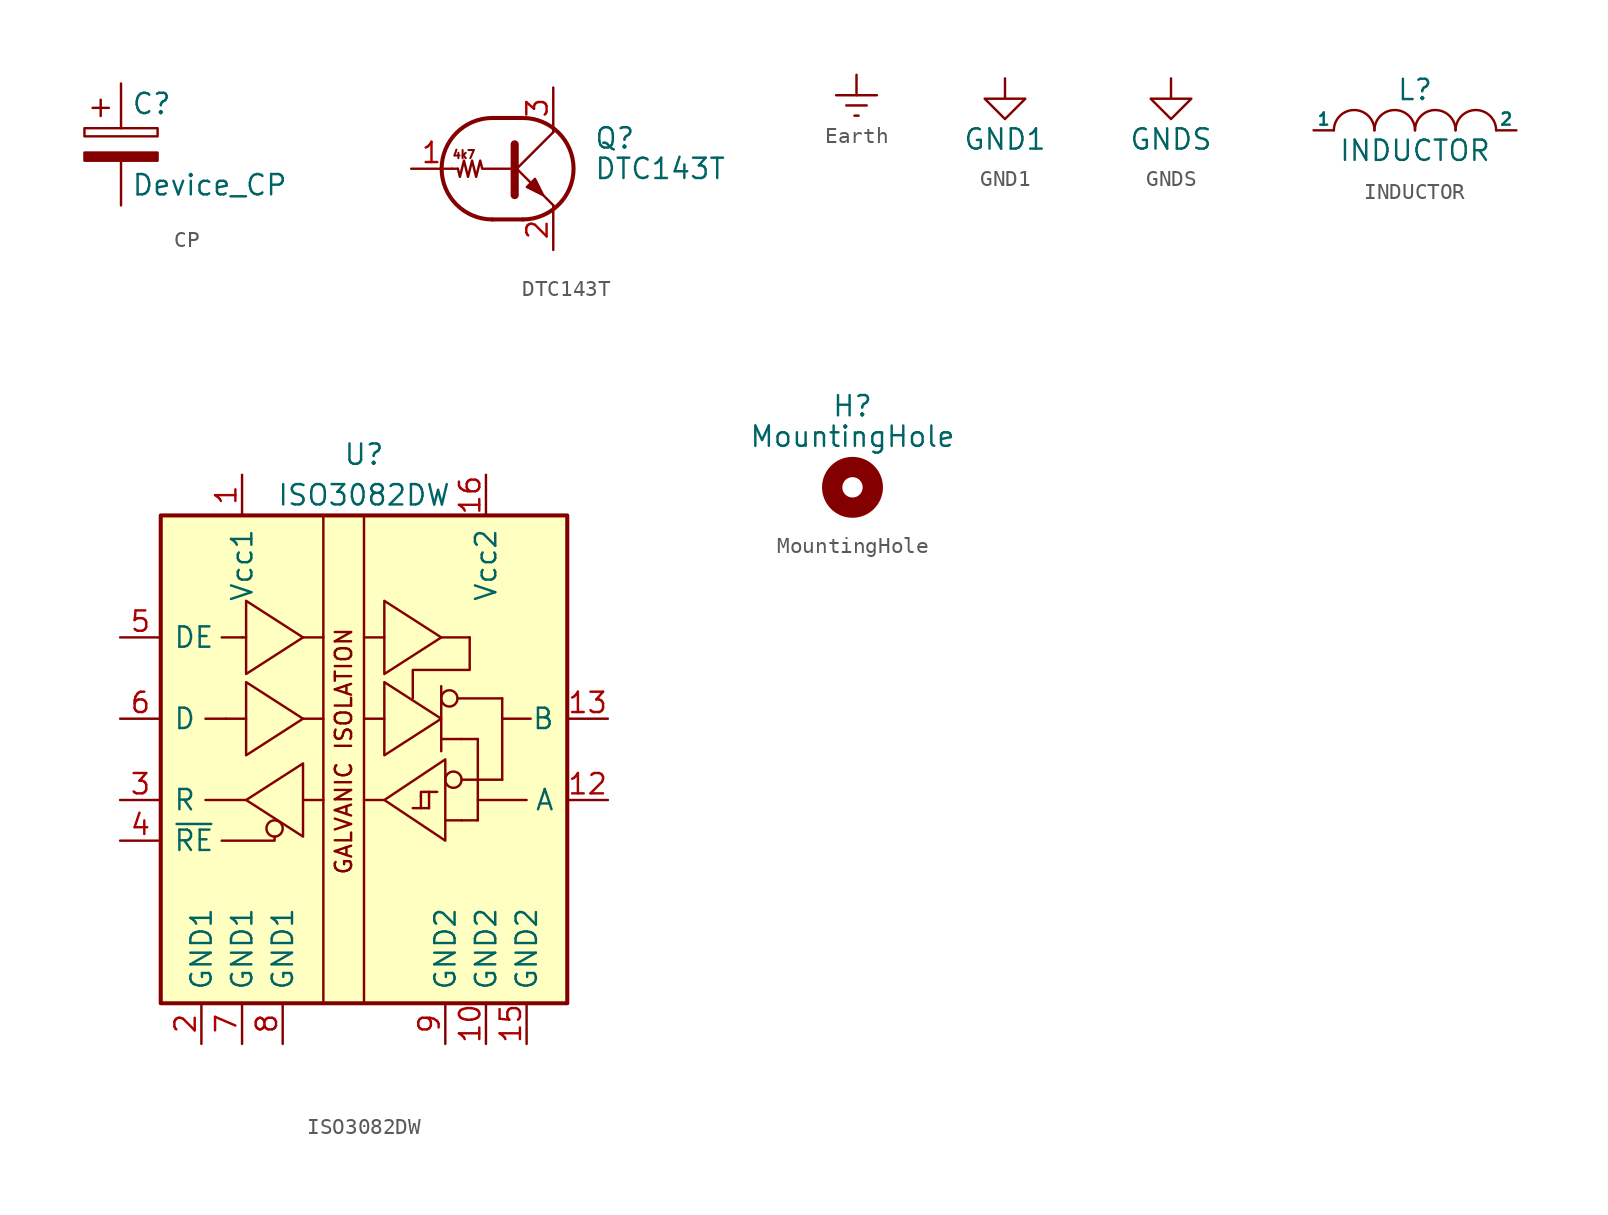
<source format=kicad_sym>
(kicad_symbol_lib
  (version 20231120)
  (generator "kicad_symbol_editor")
  (generator_version "8.0")
  (symbol "CP"
    (pin_numbers hide)
    (pin_names
      (offset 0.254))
    (property "Reference" "C"
      (at 0.635 2.54 0)
      (effects (font (size 1.27 1.27)) (justify left)))
    (property "Value" "Device_CP"
      (at 0.635 -2.54 0)
      (effects (font (size 1.27 1.27)) (justify left)))
    (symbol "CP_0_1"
      (rectangle (start -2.286 0.508) (end 2.286 1.016) (stroke (width 0) (type default)) (fill (type none)))
      (polyline (pts (xy -1.778 2.286) (xy -0.762 2.286)) (stroke (width 0) (type default)) (fill (type none)))
      (polyline (pts (xy -1.27 2.794) (xy -1.27 1.778)) (stroke (width 0) (type default)) (fill (type none)))
      (rectangle (start 2.286 -0.508) (end -2.286 -1.016) (stroke (width 0) (type default)) (fill (type outline))))
    (symbol "CP_1_1"
      (pin passive line (at 0 3.81 270) (length 2.794) (name "~" (effects (font (size 1.27 1.27)))) (number "1" (effects (font (size 1.27 1.27)))))
      (pin passive line (at 0 -3.81 90) (length 2.794) (name "~" (effects (font (size 1.27 1.27)))) (number "2" (effects (font (size 1.27 1.27)))))))
  (symbol "DTC143T"
    (pin_names
      (offset 0) hide)
    (property "Reference" "Q"
      (at 5.08 1.905 0)
      (effects (font (size 1.27 1.27)) (justify left)))
    (property "Value" "DTC143T"
      (at 5.08 0 0)
      (effects (font (size 1.27 1.27)) (justify left)))
    (symbol "DTC143T_0_0"
      (polyline (pts (xy 2.54 -2.286) (xy 2.54 -2.54)) (stroke (width 0) (type default)) (fill (type none)))
      (text "4k7" (at -3.048 0.889 0) (effects (font (size 0.508 0.508)))))
    (symbol "DTC143T_0_1"
      (arc (start -1.27 3.175) (mid -4.4311 0) (end -1.27 -3.175) (stroke (width 0.254) (type default)) (fill (type none)))
      (polyline (pts (xy -3.429 0) (xy -3.81 0)) (stroke (width 0) (type default)) (fill (type none)))
      (polyline (pts (xy -1.27 -3.175) (xy 0.635 -3.175)) (stroke (width 0.254) (type default)) (fill (type none)))
      (polyline (pts (xy -1.27 3.175) (xy 0.635 3.175)) (stroke (width 0.254) (type default)) (fill (type none)))
      (polyline (pts (xy 0 -0.254) (xy 2.54 2.286)) (stroke (width 0) (type default)) (fill (type none)))
      (polyline (pts (xy 0.127 1.524) (xy 0.127 -1.651)) (stroke (width 0.508) (type default)) (fill (type outline)))
      (polyline (pts (xy 2.54 2.286) (xy 2.54 2.54)) (stroke (width 0) (type default)) (fill (type none)))
      (polyline (pts (xy 2.54 -2.286) (xy 0 0.254) (xy 0 0.254)) (stroke (width 0) (type default)) (fill (type none)))
      (polyline (pts (xy 0.889 -1.143) (xy 1.397 -0.635) (xy 1.905 -1.651) (xy 0.889 -1.143)) (stroke (width 0) (type default)) (fill (type outline)))
      (polyline (pts (xy 0 0) (xy -1.905 0) (xy -2.032 0.508) (xy -2.286 -0.508) (xy -2.54 0.508) (xy -2.794 -0.508) (xy -3.048 0.508) (xy -3.302 -0.508) (xy -3.429 0)) (stroke (width 0) (type default)) (fill (type none)))
      (arc (start 0.635 -3.175) (mid 3.7961 0) (end 0.635 3.175) (stroke (width 0.254) (type default)) (fill (type none))))
    (symbol "DTC143T_1_1"
      (pin input line (at -6.35 0 0) (length 2.54) (name "B" (effects (font (size 1.27 1.27)))) (number "1" (effects (font (size 1.27 1.27)))))
      (pin passive line (at 2.54 -5.08 90) (length 2.54) (name "E" (effects (font (size 1.27 1.27)))) (number "2" (effects (font (size 1.27 1.27)))))
      (pin passive line (at 2.54 5.08 270) (length 2.54) (name "C" (effects (font (size 1.27 1.27)))) (number "3" (effects (font (size 1.27 1.27)))))))
  (symbol "Earth"
    (power)
    (pin_names
      (offset 0))
    (property "Reference" "#PWR"
      (at 0 -6.35 0)
      (effects (font (size 1.27 1.27)) (hide yes)))
    (symbol "Earth_0_1"
      (polyline (pts (xy -0.635 -1.905) (xy 0.635 -1.905)) (stroke (width 0) (type default)) (fill (type none)))
      (polyline (pts (xy -0.127 -2.54) (xy 0.127 -2.54)) (stroke (width 0) (type default)) (fill (type none)))
      (polyline (pts (xy 0 -1.27) (xy 0 0)) (stroke (width 0) (type default)) (fill (type none)))
      (polyline (pts (xy 1.27 -1.27) (xy -1.27 -1.27)) (stroke (width 0) (type default)) (fill (type none))))
    (symbol "Earth_1_1"
      (pin power_in line (at 0 0 270) (length 0) hide (name "Earth" (effects (font (size 1.27 1.27)))) (number "1" (effects (font (size 1.27 1.27)))))))
  (symbol "GND1"
    (power)
    (pin_names
      (offset 0))
    (property "Reference" "#PWR"
      (at 0 -6.35 0)
      (effects (font (size 1.27 1.27)) (hide yes)))
    (property "Value" "GND1"
      (at 0 -3.81 0)
      (effects (font (size 1.27 1.27))))
    (symbol "GND1_0_1"
      (polyline (pts (xy 0 0) (xy 0 -1.27) (xy 1.27 -1.27) (xy 0 -2.54) (xy -1.27 -1.27) (xy 0 -1.27)) (stroke (width 0) (type default)) (fill (type none))))
    (symbol "GND1_1_1"
      (pin power_in line (at 0 0 270) (length 0) hide (name "GND1" (effects (font (size 1.27 1.27)))) (number "1" (effects (font (size 1.27 1.27)))))))
  (symbol "GNDS"
    (power)
    (pin_names
      (offset 0))
    (property "Reference" "#PWR"
      (at 0 -6.35 0)
      (effects (font (size 1.27 1.27)) (hide yes)))
    (property "Value" "GNDS"
      (at 0 -3.81 0)
      (effects (font (size 1.27 1.27))))
    (symbol "GNDS_0_1"
      (polyline (pts (xy 0 0) (xy 0 -1.27) (xy 1.27 -1.27) (xy 0 -2.54) (xy -1.27 -1.27) (xy 0 -1.27)) (stroke (width 0) (type default)) (fill (type none))))
    (symbol "GNDS_1_1"
      (pin power_in line (at 0 0 270) (length 0) hide (name "GNDS" (effects (font (size 1.27 1.27)))) (number "1" (effects (font (size 1.27 1.27)))))))
  (symbol "INDUCTOR"
    (pin_numbers hide)
    (pin_names
      (offset 0))
    (property "Reference" "L"
      (at 0 2.54 0)
      (effects (font (size 1.27 1.27))))
    (property "Value" "INDUCTOR"
      (at 0 -1.27 0)
      (effects (font (size 1.27 1.27))))
    (symbol "INDUCTOR_0_1"
      (arc (start -2.54 0) (mid -3.81 1.2645) (end -5.08 0) (stroke (width 0) (type default)) (fill (type none)))
      (arc (start 0 0) (mid -1.27 1.2645) (end -2.54 0) (stroke (width 0) (type default)) (fill (type none)))
      (arc (start 2.54 0) (mid 1.27 1.2645) (end 0 0) (stroke (width 0) (type default)) (fill (type none)))
      (arc (start 5.08 0) (mid 3.81 1.2645) (end 2.54 0) (stroke (width 0) (type default)) (fill (type none))))
    (symbol "INDUCTOR_1_1"
      (pin input line (at -6.35 0 0) (length 1.27) (name "1" (effects (font (size 0.762 0.762)))) (number "1" (effects (font (size 0.762 0.762)))))
      (pin input line (at 6.35 0 180) (length 1.27) (name "2" (effects (font (size 0.762 0.762)))) (number "2" (effects (font (size 0.762 0.762)))))))
  (symbol "ISO3082DW"
    (pin_names
      (offset 0.762))
    (property "Reference" "U"
      (at 0 19.05 0)
      (effects (font (size 1.27 1.27))))
    (property "Value" "ISO3082DW"
      (at 0 16.51 0)
      (effects (font (size 1.27 1.27))))
    (symbol "ISO3082DW_0_0"
      (rectangle (start -12.7 15.24) (end 12.7 -15.24) (stroke (width 0.254) (type default)) (fill (type background)))
      (polyline (pts (xy -8.636 2.54) (xy -9.906 2.54)) (stroke (width 0) (type default)) (fill (type none)))
      (polyline (pts (xy -7.62 7.62) (xy -8.89 7.62)) (stroke (width 0) (type default)) (fill (type none)))
      (polyline (pts (xy -7.366 7.62) (xy -7.62 7.62)) (stroke (width 0) (type default)) (fill (type none)))
      (polyline (pts (xy -2.54 15.24) (xy -2.54 -15.24)) (stroke (width 0) (type default)) (fill (type none)))
      (polyline (pts (xy 0 15.24) (xy 0 -15.24)) (stroke (width 0) (type default)) (fill (type none)))
      (polyline (pts (xy -7.366 4.826) (xy -7.366 0.254) (xy -3.81 2.54) (xy -7.366 4.826)) (stroke (width 0) (type default)) (fill (type none)))
      (polyline (pts (xy -7.366 9.906) (xy -7.366 5.334) (xy -3.81 7.62) (xy -7.366 9.906)) (stroke (width 0) (type default)) (fill (type none)))
      (polyline (pts (xy -3.81 -0.254) (xy -3.81 -4.826) (xy -7.366 -2.54) (xy -3.81 -0.254)) (stroke (width 0) (type default)) (fill (type none)))
      (polyline (pts (xy 1.27 9.906) (xy 1.27 5.334) (xy 4.826 7.62) (xy 1.27 9.906)) (stroke (width 0) (type default)) (fill (type none)))
      (text "GALVANIC ISOLATION" (at -1.27 0.508 900) (effects (font (size 1.016 1.016)))))
    (symbol "ISO3082DW_0_1"
      (circle (center -5.588 -4.318) (radius 0.508) (stroke (width 0) (type default)) (fill (type none)))
      (polyline (pts (xy -7.366 -2.54) (xy -9.906 -2.54)) (stroke (width 0) (type default)) (fill (type none)))
      (polyline (pts (xy -7.366 2.54) (xy -8.636 2.54)) (stroke (width 0) (type default)) (fill (type none)))
      (polyline (pts (xy -3.81 -2.54) (xy -2.54 -2.54)) (stroke (width 0) (type default)) (fill (type none)))
      (polyline (pts (xy -3.81 2.54) (xy -2.54 2.54)) (stroke (width 0) (type default)) (fill (type none)))
      (polyline (pts (xy -3.81 7.62) (xy -2.54 7.62)) (stroke (width 0) (type default)) (fill (type none)))
      (polyline (pts (xy 0 -2.54) (xy 1.27 -2.54)) (stroke (width 0) (type default)) (fill (type none)))
      (polyline (pts (xy 0 2.54) (xy 1.27 2.54)) (stroke (width 0) (type default)) (fill (type none)))
      (polyline (pts (xy 0 7.62) (xy 1.27 7.62)) (stroke (width 0) (type default)) (fill (type none)))
      (polyline (pts (xy 3.556 -2.286) (xy 3.556 -3.048)) (stroke (width 0) (type default)) (fill (type none)))
      (polyline (pts (xy 4.064 -3.048) (xy 3.048 -3.048)) (stroke (width 0) (type default)) (fill (type none)))
      (polyline (pts (xy 4.064 -2.286) (xy 4.064 -3.048)) (stroke (width 0) (type default)) (fill (type none)))
      (polyline (pts (xy 4.064 -2.286) (xy 4.064 -2.032)) (stroke (width 0) (type default)) (fill (type none)))
      (polyline (pts (xy 4.826 1.27) (xy 6.096 1.27)) (stroke (width 0) (type default)) (fill (type none)))
      (polyline (pts (xy 4.826 4.572) (xy 4.826 0.508)) (stroke (width 0) (type default)) (fill (type none)))
      (polyline (pts (xy 4.826 7.62) (xy 6.604 7.62)) (stroke (width 0) (type default)) (fill (type none)))
      (polyline (pts (xy 5.08 -3.81) (xy 6.096 -3.81)) (stroke (width 0) (type default)) (fill (type none)))
      (polyline (pts (xy 5.842 3.81) (xy 8.636 3.81)) (stroke (width 0) (type default)) (fill (type none)))
      (polyline (pts (xy 6.096 -1.27) (xy 8.636 -1.27)) (stroke (width 0) (type default)) (fill (type none)))
      (polyline (pts (xy 6.096 1.27) (xy 7.112 1.27)) (stroke (width 0) (type default)) (fill (type none)))
      (polyline (pts (xy 7.112 -3.81) (xy 6.096 -3.81)) (stroke (width 0) (type default)) (fill (type none)))
      (polyline (pts (xy 7.112 1.27) (xy 7.112 -3.81)) (stroke (width 0) (type default)) (fill (type none)))
      (polyline (pts (xy 8.636 -1.27) (xy 8.636 3.81)) (stroke (width 0) (type default)) (fill (type none)))
      (polyline (pts (xy 8.636 2.54) (xy 10.414 2.54)) (stroke (width 0) (type default)) (fill (type none)))
      (polyline (pts (xy -8.89 -5.08) (xy -5.588 -5.08) (xy -5.588 -4.826)) (stroke (width 0) (type default)) (fill (type none)))
      (polyline (pts (xy 3.556 -2.286) (xy 3.556 -2.032) (xy 4.572 -2.032)) (stroke (width 0) (type default)) (fill (type none)))
      (polyline (pts (xy 10.16 -2.54) (xy 8.89 -2.54) (xy 7.112 -2.54)) (stroke (width 0) (type default)) (fill (type none)))
      (polyline (pts (xy 1.27 -2.54) (xy 5.08 0) (xy 5.08 -5.08) (xy 1.27 -2.54)) (stroke (width 0) (type default)) (fill (type none)))
      (polyline (pts (xy 6.604 7.62) (xy 6.604 5.588) (xy 3.048 5.588) (xy 3.048 3.81)) (stroke (width 0) (type default)) (fill (type none)))
      (circle (center 5.334 3.81) (radius 0.508) (stroke (width 0) (type default)) (fill (type none)))
      (circle (center 5.588 -1.27) (radius 0.508) (stroke (width 0) (type default)) (fill (type none))))
    (symbol "ISO3082DW_1_0"
      (polyline (pts (xy 1.27 4.826) (xy 1.27 0.254) (xy 4.826 2.54) (xy 1.27 4.826)) (stroke (width 0) (type default)) (fill (type none))))
    (symbol "ISO3082DW_1_1"
      (pin power_in line (at -7.62 17.78 270) (length 2.54) (name "Vcc1" (effects (font (size 1.27 1.27)))) (number "1" (effects (font (size 1.27 1.27)))))
      (pin power_in line (at 7.62 -17.78 90) (length 2.54) (name "GND2" (effects (font (size 1.27 1.27)))) (number "10" (effects (font (size 1.27 1.27)))))
      (pin no_connect line (at 12.7 10.16 180) (length 2.54) hide (name "NC" (effects (font (size 1.27 1.27)))) (number "11" (effects (font (size 1.27 1.27)))))
      (pin bidirectional line (at 15.24 -2.54 180) (length 2.54) (name "A" (effects (font (size 1.27 1.27)))) (number "12" (effects (font (size 1.27 1.27)))))
      (pin bidirectional line (at 15.24 2.54 180) (length 2.54) (name "B" (effects (font (size 1.27 1.27)))) (number "13" (effects (font (size 1.27 1.27)))))
      (pin no_connect line (at 12.7 7.62 180) (length 2.54) hide (name "NC" (effects (font (size 1.27 1.27)))) (number "14" (effects (font (size 1.27 1.27)))))
      (pin power_in line (at 10.16 -17.78 90) (length 2.54) (name "GND2" (effects (font (size 1.27 1.27)))) (number "15" (effects (font (size 1.27 1.27)))))
      (pin power_in line (at 7.62 17.78 270) (length 2.54) (name "Vcc2" (effects (font (size 1.27 1.27)))) (number "16" (effects (font (size 1.27 1.27)))))
      (pin power_in line (at -10.16 -17.78 90) (length 2.54) (name "GND1" (effects (font (size 1.27 1.27)))) (number "2" (effects (font (size 1.27 1.27)))))
      (pin output line (at -15.24 -2.54 0) (length 2.54) (name "R" (effects (font (size 1.27 1.27)))) (number "3" (effects (font (size 1.27 1.27)))))
      (pin input line (at -15.24 -5.08 0) (length 2.54) (name "~{RE}" (effects (font (size 1.27 1.27)))) (number "4" (effects (font (size 1.27 1.27)))))
      (pin input line (at -15.24 7.62 0) (length 2.54) (name "DE" (effects (font (size 1.27 1.27)))) (number "5" (effects (font (size 1.27 1.27)))))
      (pin input line (at -15.24 2.54 0) (length 2.54) (name "D" (effects (font (size 1.27 1.27)))) (number "6" (effects (font (size 1.27 1.27)))))
      (pin power_in line (at -7.62 -17.78 90) (length 2.54) (name "GND1" (effects (font (size 1.27 1.27)))) (number "7" (effects (font (size 1.27 1.27)))))
      (pin power_in line (at -5.08 -17.78 90) (length 2.54) (name "GND1" (effects (font (size 1.27 1.27)))) (number "8" (effects (font (size 1.27 1.27)))))
      (pin power_in line (at 5.08 -17.78 90) (length 2.54) (name "GND2" (effects (font (size 1.27 1.27)))) (number "9" (effects (font (size 1.27 1.27)))))))
  (symbol "MountingHole"
    (pin_names
      (offset 1.016))
    (property "Reference" "H"
      (at 0 5.08 0)
      (effects (font (size 1.27 1.27))))
    (property "Value" "MountingHole"
      (at 0 3.175 0)
      (effects (font (size 1.27 1.27))))
    (symbol "MountingHole_0_1"
      (circle (center 0 0) (radius 1.27) (stroke (width 1.27) (type default)) (fill (type none))))))
</source>
